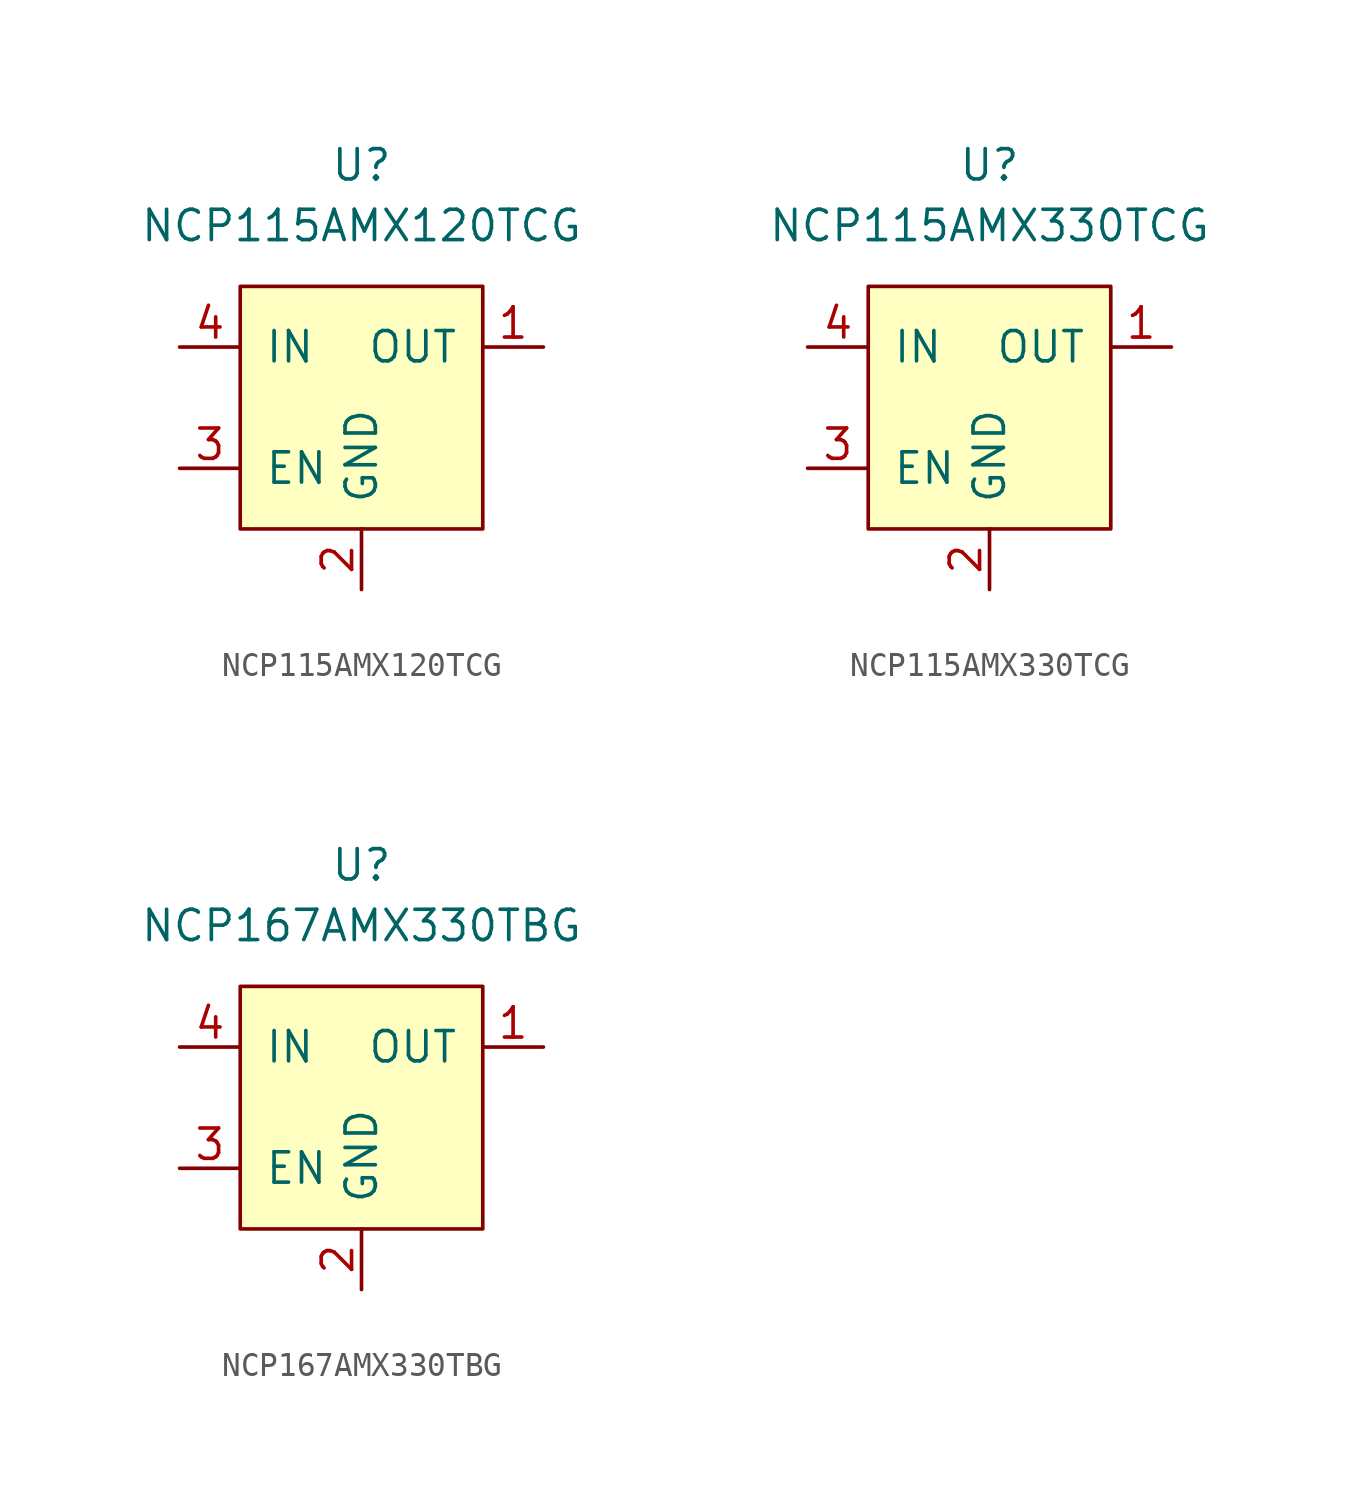
<source format=kicad_sym>
(kicad_symbol_lib
  (version 20231120)
  (generator "kicad_symbol_editor")
  (generator_version "8.0")
  (symbol "NCP115AMX120TCG"
    (pin_names
      (offset 1.016))
    (property "Reference" "U"
      (at 0 10.16 0)
      (effects (font (size 1.27 1.27))))
    (property "Value" "NCP115AMX120TCG"
      (at 0 7.62 0)
      (effects (font (size 1.27 1.27))))
    (symbol "NCP115AMX120TCG_0_0"
      (pin power_out line (at 7.62 2.54 180) (length 2.54) (name "OUT" (effects (font (size 1.27 1.27)))) (number "1" (effects (font (size 1.27 1.27)))))
      (pin power_in line (at 0 -7.62 90) (length 2.54) (name "GND" (effects (font (size 1.27 1.27)))) (number "2" (effects (font (size 1.27 1.27)))))
      (pin input line (at -7.62 -2.54 0) (length 2.54) (name "EN" (effects (font (size 1.27 1.27)))) (number "3" (effects (font (size 1.27 1.27)))))
      (pin power_in line (at -7.62 2.54 0) (length 2.54) (name "IN" (effects (font (size 1.27 1.27)))) (number "4" (effects (font (size 1.27 1.27))))))
    (symbol "NCP115AMX120TCG_0_1"
      (rectangle (start -5.08 5.08) (end 5.08 -5.08) (stroke (width 0) (type default)) (fill (type background)))))
  (symbol "NCP115AMX330TCG"
    (pin_names
      (offset 1.016))
    (property "Reference" "U"
      (at 0 10.16 0)
      (effects (font (size 1.27 1.27))))
    (property "Value" "NCP115AMX330TCG"
      (at 0 7.62 0)
      (effects (font (size 1.27 1.27))))
    (symbol "NCP115AMX330TCG_0_0"
      (pin power_out line (at 7.62 2.54 180) (length 2.54) (name "OUT" (effects (font (size 1.27 1.27)))) (number "1" (effects (font (size 1.27 1.27)))))
      (pin power_in line (at 0 -7.62 90) (length 2.54) (name "GND" (effects (font (size 1.27 1.27)))) (number "2" (effects (font (size 1.27 1.27)))))
      (pin input line (at -7.62 -2.54 0) (length 2.54) (name "EN" (effects (font (size 1.27 1.27)))) (number "3" (effects (font (size 1.27 1.27)))))
      (pin power_in line (at -7.62 2.54 0) (length 2.54) (name "IN" (effects (font (size 1.27 1.27)))) (number "4" (effects (font (size 1.27 1.27))))))
    (symbol "NCP115AMX330TCG_0_1"
      (rectangle (start -5.08 5.08) (end 5.08 -5.08) (stroke (width 0) (type default)) (fill (type background)))))
  (symbol "NCP167AMX330TBG"
    (pin_names
      (offset 1.016))
    (property "Reference" "U"
      (at 0 10.16 0)
      (effects (font (size 1.27 1.27))))
    (property "Value" "NCP167AMX330TBG"
      (at 0 7.62 0)
      (effects (font (size 1.27 1.27))))
    (symbol "NCP167AMX330TBG_0_0"
      (pin power_out line (at 7.62 2.54 180) (length 2.54) (name "OUT" (effects (font (size 1.27 1.27)))) (number "1" (effects (font (size 1.27 1.27)))))
      (pin power_in line (at 0 -7.62 90) (length 2.54) (name "GND" (effects (font (size 1.27 1.27)))) (number "2" (effects (font (size 1.27 1.27)))))
      (pin input line (at -7.62 -2.54 0) (length 2.54) (name "EN" (effects (font (size 1.27 1.27)))) (number "3" (effects (font (size 1.27 1.27)))))
      (pin power_in line (at -7.62 2.54 0) (length 2.54) (name "IN" (effects (font (size 1.27 1.27)))) (number "4" (effects (font (size 1.27 1.27))))))
    (symbol "NCP167AMX330TBG_0_1"
      (rectangle (start -5.08 5.08) (end 5.08 -5.08) (stroke (width 0) (type default)) (fill (type background))))))
</source>
